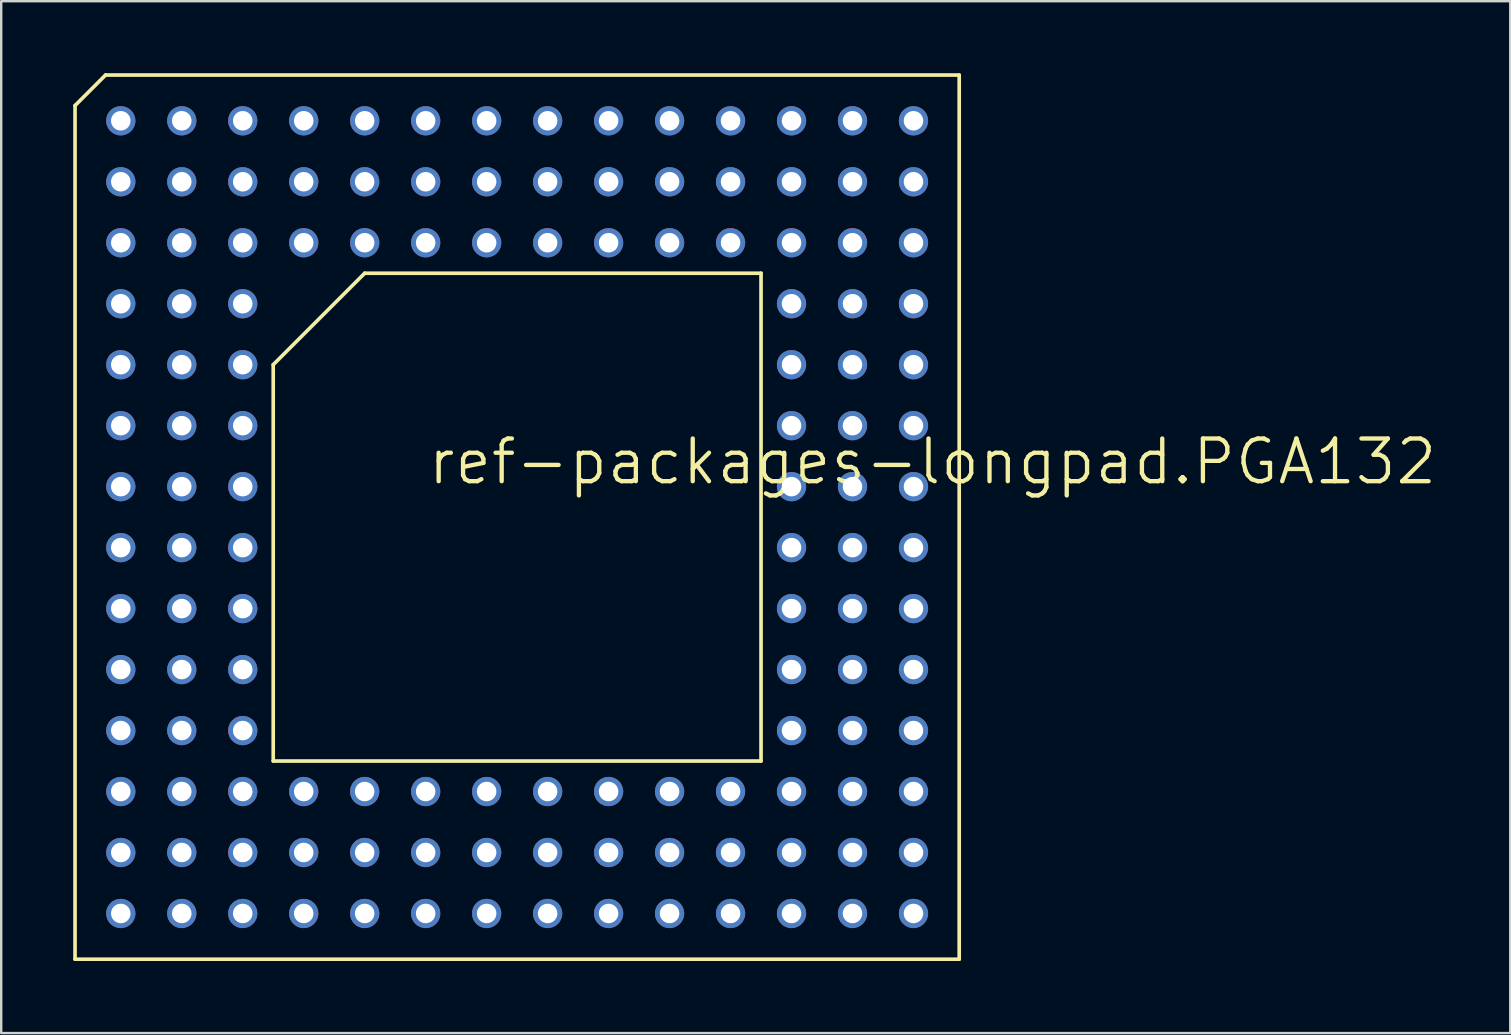
<source format=kicad_pcb>
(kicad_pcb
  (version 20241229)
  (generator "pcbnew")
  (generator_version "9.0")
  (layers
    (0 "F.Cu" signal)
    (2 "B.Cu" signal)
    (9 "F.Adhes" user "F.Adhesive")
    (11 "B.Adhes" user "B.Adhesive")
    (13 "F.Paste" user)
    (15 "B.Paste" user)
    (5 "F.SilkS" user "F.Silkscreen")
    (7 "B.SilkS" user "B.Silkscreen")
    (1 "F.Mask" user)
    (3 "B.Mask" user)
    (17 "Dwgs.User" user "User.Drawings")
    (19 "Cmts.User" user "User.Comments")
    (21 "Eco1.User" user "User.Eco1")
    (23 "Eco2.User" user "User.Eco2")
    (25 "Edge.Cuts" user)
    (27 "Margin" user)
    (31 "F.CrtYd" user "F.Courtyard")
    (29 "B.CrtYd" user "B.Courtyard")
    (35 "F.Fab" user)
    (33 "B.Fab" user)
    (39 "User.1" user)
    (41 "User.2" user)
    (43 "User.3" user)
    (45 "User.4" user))
  (footprint "ref-packages-longpad.PGA132"
    (layer "F.Cu")
    (at 18.491 18.491)
    (property "Reference" "ref-packages-longpad.PGA132" (at -3.81 -1.27 0) (layer "F.SilkS") (effects (font (size 1.778 1.778) (thickness 0.18)) (justify left bottom)))
    (attr through_hole)
    (fp_line (start -18.415 -17.145) (end -17.145 -18.415) (stroke (width 0.152) (type default)) (layer "F.SilkS"))
    (fp_line (start -18.415 18.415) (end -18.415 -17.145) (stroke (width 0.152) (type default)) (layer "F.SilkS"))
    (fp_line (start -17.145 -18.415) (end 18.415 -18.415) (stroke (width 0.152) (type default)) (layer "F.SilkS"))
    (fp_line (start -10.16 -6.35) (end -10.16 10.16) (stroke (width 0.152) (type default)) (layer "F.SilkS"))
    (fp_line (start -6.35 -10.16) (end -10.16 -6.35) (stroke (width 0.152) (type default)) (layer "F.SilkS"))
    (fp_line (start 10.16 -10.16) (end -6.35 -10.16) (stroke (width 0.152) (type default)) (layer "F.SilkS"))
    (fp_line (start 10.16 10.16) (end -10.16 10.16) (stroke (width 0.152) (type default)) (layer "F.SilkS"))
    (fp_line (start 10.16 10.16) (end 10.16 -10.16) (stroke (width 0.152) (type default)) (layer "F.SilkS"))
    (fp_line (start 18.415 -18.415) (end 18.415 18.415) (stroke (width 0.152) (type default)) (layer "F.SilkS"))
    (fp_line (start 18.415 18.415) (end -18.415 18.415) (stroke (width 0.152) (type default)) (layer "F.SilkS"))
    (pad "A01" thru_hole circle (at -16.51 -16.51 90) (size 1.219 1.219) (drill 0.813) (layers "*.Cu" "*.Mask"))
    (pad "A02" thru_hole circle (at -13.97 -16.51 90) (size 1.219 1.219) (drill 0.813) (layers "*.Cu" "*.Mask"))
    (pad "A03" thru_hole circle (at -11.43 -16.51 90) (size 1.219 1.219) (drill 0.813) (layers "*.Cu" "*.Mask"))
    (pad "A04" thru_hole circle (at -8.89 -16.51 90) (size 1.219 1.219) (drill 0.813) (layers "*.Cu" "*.Mask"))
    (pad "A05" thru_hole circle (at -6.35 -16.51 90) (size 1.219 1.219) (drill 0.813) (layers "*.Cu" "*.Mask"))
    (pad "A06" thru_hole circle (at -3.81 -16.51 90) (size 1.219 1.219) (drill 0.813) (layers "*.Cu" "*.Mask"))
    (pad "A07" thru_hole circle (at -1.27 -16.51 90) (size 1.219 1.219) (drill 0.813) (layers "*.Cu" "*.Mask"))
    (pad "A08" thru_hole circle (at 1.27 -16.51 90) (size 1.219 1.219) (drill 0.813) (layers "*.Cu" "*.Mask"))
    (pad "A09" thru_hole circle (at 3.81 -16.51 90) (size 1.219 1.219) (drill 0.813) (layers "*.Cu" "*.Mask"))
    (pad "A10" thru_hole circle (at 6.35 -16.51 90) (size 1.219 1.219) (drill 0.813) (layers "*.Cu" "*.Mask"))
    (pad "A11" thru_hole circle (at 8.89 -16.51 90) (size 1.219 1.219) (drill 0.813) (layers "*.Cu" "*.Mask"))
    (pad "A12" thru_hole circle (at 11.43 -16.51 90) (size 1.219 1.219) (drill 0.813) (layers "*.Cu" "*.Mask"))
    (pad "A13" thru_hole circle (at 13.97 -16.51 90) (size 1.219 1.219) (drill 0.813) (layers "*.Cu" "*.Mask"))
    (pad "A14" thru_hole circle (at 16.51 -16.51 90) (size 1.219 1.219) (drill 0.813) (layers "*.Cu" "*.Mask"))
    (pad "B01" thru_hole circle (at -16.51 -13.97 90) (size 1.219 1.219) (drill 0.813) (layers "*.Cu" "*.Mask"))
    (pad "B02" thru_hole circle (at -13.97 -13.97 90) (size 1.219 1.219) (drill 0.813) (layers "*.Cu" "*.Mask"))
    (pad "B03" thru_hole circle (at -11.43 -13.97 90) (size 1.219 1.219) (drill 0.813) (layers "*.Cu" "*.Mask"))
    (pad "B04" thru_hole circle (at -8.89 -13.97 90) (size 1.219 1.219) (drill 0.813) (layers "*.Cu" "*.Mask"))
    (pad "B05" thru_hole circle (at -6.35 -13.97 90) (size 1.219 1.219) (drill 0.813) (layers "*.Cu" "*.Mask"))
    (pad "B06" thru_hole circle (at -3.81 -13.97 90) (size 1.219 1.219) (drill 0.813) (layers "*.Cu" "*.Mask"))
    (pad "B07" thru_hole circle (at -1.27 -13.97 90) (size 1.219 1.219) (drill 0.813) (layers "*.Cu" "*.Mask"))
    (pad "B08" thru_hole circle (at 1.27 -13.97 90) (size 1.219 1.219) (drill 0.813) (layers "*.Cu" "*.Mask"))
    (pad "B09" thru_hole circle (at 3.81 -13.97 90) (size 1.219 1.219) (drill 0.813) (layers "*.Cu" "*.Mask"))
    (pad "B10" thru_hole circle (at 6.35 -13.97 90) (size 1.219 1.219) (drill 0.813) (layers "*.Cu" "*.Mask"))
    (pad "B11" thru_hole circle (at 8.89 -13.97 90) (size 1.219 1.219) (drill 0.813) (layers "*.Cu" "*.Mask"))
    (pad "B12" thru_hole circle (at 11.43 -13.97 90) (size 1.219 1.219) (drill 0.813) (layers "*.Cu" "*.Mask"))
    (pad "B13" thru_hole circle (at 13.97 -13.97 90) (size 1.219 1.219) (drill 0.813) (layers "*.Cu" "*.Mask"))
    (pad "B14" thru_hole circle (at 16.51 -13.97 90) (size 1.219 1.219) (drill 0.813) (layers "*.Cu" "*.Mask"))
    (pad "C01" thru_hole circle (at -16.51 -11.43 90) (size 1.219 1.219) (drill 0.813) (layers "*.Cu" "*.Mask"))
    (pad "C02" thru_hole circle (at -13.97 -11.43 90) (size 1.219 1.219) (drill 0.813) (layers "*.Cu" "*.Mask"))
    (pad "C03" thru_hole circle (at -11.43 -11.43 90) (size 1.219 1.219) (drill 0.813) (layers "*.Cu" "*.Mask"))
    (pad "C04" thru_hole circle (at -8.89 -11.43 90) (size 1.219 1.219) (drill 0.813) (layers "*.Cu" "*.Mask"))
    (pad "C05" thru_hole circle (at -6.35 -11.43 90) (size 1.219 1.219) (drill 0.813) (layers "*.Cu" "*.Mask"))
    (pad "C06" thru_hole circle (at -3.81 -11.43 90) (size 1.219 1.219) (drill 0.813) (layers "*.Cu" "*.Mask"))
    (pad "C07" thru_hole circle (at -1.27 -11.43 90) (size 1.219 1.219) (drill 0.813) (layers "*.Cu" "*.Mask"))
    (pad "C08" thru_hole circle (at 1.27 -11.43 90) (size 1.219 1.219) (drill 0.813) (layers "*.Cu" "*.Mask"))
    (pad "C09" thru_hole circle (at 3.81 -11.43 90) (size 1.219 1.219) (drill 0.813) (layers "*.Cu" "*.Mask"))
    (pad "C10" thru_hole circle (at 6.35 -11.43 90) (size 1.219 1.219) (drill 0.813) (layers "*.Cu" "*.Mask"))
    (pad "C11" thru_hole circle (at 8.89 -11.43 90) (size 1.219 1.219) (drill 0.813) (layers "*.Cu" "*.Mask"))
    (pad "C12" thru_hole circle (at 11.43 -11.43 90) (size 1.219 1.219) (drill 0.813) (layers "*.Cu" "*.Mask"))
    (pad "C13" thru_hole circle (at 13.97 -11.43 90) (size 1.219 1.219) (drill 0.813) (layers "*.Cu" "*.Mask"))
    (pad "C14" thru_hole circle (at 16.51 -11.43 90) (size 1.219 1.219) (drill 0.813) (layers "*.Cu" "*.Mask"))
    (pad "D01" thru_hole circle (at -16.51 -8.89 90) (size 1.219 1.219) (drill 0.813) (layers "*.Cu" "*.Mask"))
    (pad "D02" thru_hole circle (at -13.97 -8.89 90) (size 1.219 1.219) (drill 0.813) (layers "*.Cu" "*.Mask"))
    (pad "D03" thru_hole circle (at -11.43 -8.89 90) (size 1.219 1.219) (drill 0.813) (layers "*.Cu" "*.Mask"))
    (pad "D12" thru_hole circle (at 11.43 -8.89 90) (size 1.219 1.219) (drill 0.813) (layers "*.Cu" "*.Mask"))
    (pad "D13" thru_hole circle (at 13.97 -8.89 90) (size 1.219 1.219) (drill 0.813) (layers "*.Cu" "*.Mask"))
    (pad "D14" thru_hole circle (at 16.51 -8.89 90) (size 1.219 1.219) (drill 0.813) (layers "*.Cu" "*.Mask"))
    (pad "E01" thru_hole circle (at -16.51 -6.35 90) (size 1.219 1.219) (drill 0.813) (layers "*.Cu" "*.Mask"))
    (pad "E02" thru_hole circle (at -13.97 -6.35 90) (size 1.219 1.219) (drill 0.813) (layers "*.Cu" "*.Mask"))
    (pad "E03" thru_hole circle (at -11.43 -6.35 90) (size 1.219 1.219) (drill 0.813) (layers "*.Cu" "*.Mask"))
    (pad "E12" thru_hole circle (at 11.43 -6.35 90) (size 1.219 1.219) (drill 0.813) (layers "*.Cu" "*.Mask"))
    (pad "E13" thru_hole circle (at 13.97 -6.35 90) (size 1.219 1.219) (drill 0.813) (layers "*.Cu" "*.Mask"))
    (pad "E14" thru_hole circle (at 16.51 -6.35 90) (size 1.219 1.219) (drill 0.813) (layers "*.Cu" "*.Mask"))
    (pad "F01" thru_hole circle (at -16.51 -3.81 90) (size 1.219 1.219) (drill 0.813) (layers "*.Cu" "*.Mask"))
    (pad "F02" thru_hole circle (at -13.97 -3.81 90) (size 1.219 1.219) (drill 0.813) (layers "*.Cu" "*.Mask"))
    (pad "F03" thru_hole circle (at -11.43 -3.81 90) (size 1.219 1.219) (drill 0.813) (layers "*.Cu" "*.Mask"))
    (pad "F12" thru_hole circle (at 11.43 -3.81 90) (size 1.219 1.219) (drill 0.813) (layers "*.Cu" "*.Mask"))
    (pad "F13" thru_hole circle (at 13.97 -3.81 90) (size 1.219 1.219) (drill 0.813) (layers "*.Cu" "*.Mask"))
    (pad "F14" thru_hole circle (at 16.51 -3.81 90) (size 1.219 1.219) (drill 0.813) (layers "*.Cu" "*.Mask"))
    (pad "G01" thru_hole circle (at -16.51 -1.27 90) (size 1.219 1.219) (drill 0.813) (layers "*.Cu" "*.Mask"))
    (pad "G02" thru_hole circle (at -13.97 -1.27 90) (size 1.219 1.219) (drill 0.813) (layers "*.Cu" "*.Mask"))
    (pad "G03" thru_hole circle (at -11.43 -1.27 90) (size 1.219 1.219) (drill 0.813) (layers "*.Cu" "*.Mask"))
    (pad "G12" thru_hole circle (at 11.43 -1.27 90) (size 1.219 1.219) (drill 0.813) (layers "*.Cu" "*.Mask"))
    (pad "G13" thru_hole circle (at 13.97 -1.27 90) (size 1.219 1.219) (drill 0.813) (layers "*.Cu" "*.Mask"))
    (pad "G14" thru_hole circle (at 16.51 -1.27 90) (size 1.219 1.219) (drill 0.813) (layers "*.Cu" "*.Mask"))
    (pad "H01" thru_hole circle (at -16.51 1.27 90) (size 1.219 1.219) (drill 0.813) (layers "*.Cu" "*.Mask"))
    (pad "H02" thru_hole circle (at -13.97 1.27 90) (size 1.219 1.219) (drill 0.813) (layers "*.Cu" "*.Mask"))
    (pad "H03" thru_hole circle (at -11.43 1.27 90) (size 1.219 1.219) (drill 0.813) (layers "*.Cu" "*.Mask"))
    (pad "H12" thru_hole circle (at 11.43 1.27 90) (size 1.219 1.219) (drill 0.813) (layers "*.Cu" "*.Mask"))
    (pad "H13" thru_hole circle (at 13.97 1.27 90) (size 1.219 1.219) (drill 0.813) (layers "*.Cu" "*.Mask"))
    (pad "H14" thru_hole circle (at 16.51 1.27 90) (size 1.219 1.219) (drill 0.813) (layers "*.Cu" "*.Mask"))
    (pad "J01" thru_hole circle (at -16.51 3.81 90) (size 1.219 1.219) (drill 0.813) (layers "*.Cu" "*.Mask"))
    (pad "J02" thru_hole circle (at -13.97 3.81 90) (size 1.219 1.219) (drill 0.813) (layers "*.Cu" "*.Mask"))
    (pad "J03" thru_hole circle (at -11.43 3.81 90) (size 1.219 1.219) (drill 0.813) (layers "*.Cu" "*.Mask"))
    (pad "J12" thru_hole circle (at 11.43 3.81 90) (size 1.219 1.219) (drill 0.813) (layers "*.Cu" "*.Mask"))
    (pad "J13" thru_hole circle (at 13.97 3.81 90) (size 1.219 1.219) (drill 0.813) (layers "*.Cu" "*.Mask"))
    (pad "J14" thru_hole circle (at 16.51 3.81 90) (size 1.219 1.219) (drill 0.813) (layers "*.Cu" "*.Mask"))
    (pad "K01" thru_hole circle (at -16.51 6.35 90) (size 1.219 1.219) (drill 0.813) (layers "*.Cu" "*.Mask"))
    (pad "K02" thru_hole circle (at -13.97 6.35 90) (size 1.219 1.219) (drill 0.813) (layers "*.Cu" "*.Mask"))
    (pad "K03" thru_hole circle (at -11.43 6.35 90) (size 1.219 1.219) (drill 0.813) (layers "*.Cu" "*.Mask"))
    (pad "K12" thru_hole circle (at 11.43 6.35 90) (size 1.219 1.219) (drill 0.813) (layers "*.Cu" "*.Mask"))
    (pad "K13" thru_hole circle (at 13.97 6.35 90) (size 1.219 1.219) (drill 0.813) (layers "*.Cu" "*.Mask"))
    (pad "K14" thru_hole circle (at 16.51 6.35 90) (size 1.219 1.219) (drill 0.813) (layers "*.Cu" "*.Mask"))
    (pad "L01" thru_hole circle (at -16.51 8.89 90) (size 1.219 1.219) (drill 0.813) (layers "*.Cu" "*.Mask"))
    (pad "L02" thru_hole circle (at -13.97 8.89 90) (size 1.219 1.219) (drill 0.813) (layers "*.Cu" "*.Mask"))
    (pad "L03" thru_hole circle (at -11.43 8.89 90) (size 1.219 1.219) (drill 0.813) (layers "*.Cu" "*.Mask"))
    (pad "L12" thru_hole circle (at 11.43 8.89 90) (size 1.219 1.219) (drill 0.813) (layers "*.Cu" "*.Mask"))
    (pad "L13" thru_hole circle (at 13.97 8.89 90) (size 1.219 1.219) (drill 0.813) (layers "*.Cu" "*.Mask"))
    (pad "L14" thru_hole circle (at 16.51 8.89 90) (size 1.219 1.219) (drill 0.813) (layers "*.Cu" "*.Mask"))
    (pad "M01" thru_hole circle (at -16.51 11.43 90) (size 1.219 1.219) (drill 0.813) (layers "*.Cu" "*.Mask"))
    (pad "M02" thru_hole circle (at -13.97 11.43 90) (size 1.219 1.219) (drill 0.813) (layers "*.Cu" "*.Mask"))
    (pad "M03" thru_hole circle (at -11.43 11.43 90) (size 1.219 1.219) (drill 0.813) (layers "*.Cu" "*.Mask"))
    (pad "M04" thru_hole circle (at -8.89 11.43 90) (size 1.219 1.219) (drill 0.813) (layers "*.Cu" "*.Mask"))
    (pad "M05" thru_hole circle (at -6.35 11.43 90) (size 1.219 1.219) (drill 0.813) (layers "*.Cu" "*.Mask"))
    (pad "M06" thru_hole circle (at -3.81 11.43 90) (size 1.219 1.219) (drill 0.813) (layers "*.Cu" "*.Mask"))
    (pad "M07" thru_hole circle (at -1.27 11.43 90) (size 1.219 1.219) (drill 0.813) (layers "*.Cu" "*.Mask"))
    (pad "M08" thru_hole circle (at 1.27 11.43 90) (size 1.219 1.219) (drill 0.813) (layers "*.Cu" "*.Mask"))
    (pad "M09" thru_hole circle (at 3.81 11.43 90) (size 1.219 1.219) (drill 0.813) (layers "*.Cu" "*.Mask"))
    (pad "M10" thru_hole circle (at 6.35 11.43 90) (size 1.219 1.219) (drill 0.813) (layers "*.Cu" "*.Mask"))
    (pad "M11" thru_hole circle (at 8.89 11.43 90) (size 1.219 1.219) (drill 0.813) (layers "*.Cu" "*.Mask"))
    (pad "M12" thru_hole circle (at 11.43 11.43 90) (size 1.219 1.219) (drill 0.813) (layers "*.Cu" "*.Mask"))
    (pad "M13" thru_hole circle (at 13.97 11.43 90) (size 1.219 1.219) (drill 0.813) (layers "*.Cu" "*.Mask"))
    (pad "M14" thru_hole circle (at 16.51 11.43 90) (size 1.219 1.219) (drill 0.813) (layers "*.Cu" "*.Mask"))
    (pad "N01" thru_hole circle (at -16.51 13.97 90) (size 1.219 1.219) (drill 0.813) (layers "*.Cu" "*.Mask"))
    (pad "N02" thru_hole circle (at -13.97 13.97 90) (size 1.219 1.219) (drill 0.813) (layers "*.Cu" "*.Mask"))
    (pad "N03" thru_hole circle (at -11.43 13.97 90) (size 1.219 1.219) (drill 0.813) (layers "*.Cu" "*.Mask"))
    (pad "N04" thru_hole circle (at -8.89 13.97 90) (size 1.219 1.219) (drill 0.813) (layers "*.Cu" "*.Mask"))
    (pad "N05" thru_hole circle (at -6.35 13.97 90) (size 1.219 1.219) (drill 0.813) (layers "*.Cu" "*.Mask"))
    (pad "N06" thru_hole circle (at -3.81 13.97 90) (size 1.219 1.219) (drill 0.813) (layers "*.Cu" "*.Mask"))
    (pad "N07" thru_hole circle (at -1.27 13.97 90) (size 1.219 1.219) (drill 0.813) (layers "*.Cu" "*.Mask"))
    (pad "N08" thru_hole circle (at 1.27 13.97 90) (size 1.219 1.219) (drill 0.813) (layers "*.Cu" "*.Mask"))
    (pad "N09" thru_hole circle (at 3.81 13.97 90) (size 1.219 1.219) (drill 0.813) (layers "*.Cu" "*.Mask"))
    (pad "N10" thru_hole circle (at 6.35 13.97 90) (size 1.219 1.219) (drill 0.813) (layers "*.Cu" "*.Mask"))
    (pad "N11" thru_hole circle (at 8.89 13.97 90) (size 1.219 1.219) (drill 0.813) (layers "*.Cu" "*.Mask"))
    (pad "N12" thru_hole circle (at 11.43 13.97 90) (size 1.219 1.219) (drill 0.813) (layers "*.Cu" "*.Mask"))
    (pad "N13" thru_hole circle (at 13.97 13.97 90) (size 1.219 1.219) (drill 0.813) (layers "*.Cu" "*.Mask"))
    (pad "N14" thru_hole circle (at 16.51 13.97 90) (size 1.219 1.219) (drill 0.813) (layers "*.Cu" "*.Mask"))
    (pad "P01" thru_hole circle (at -16.51 16.51 90) (size 1.219 1.219) (drill 0.813) (layers "*.Cu" "*.Mask"))
    (pad "P02" thru_hole circle (at -13.97 16.51 90) (size 1.219 1.219) (drill 0.813) (layers "*.Cu" "*.Mask"))
    (pad "P03" thru_hole circle (at -11.43 16.51 90) (size 1.219 1.219) (drill 0.813) (layers "*.Cu" "*.Mask"))
    (pad "P04" thru_hole circle (at -8.89 16.51 90) (size 1.219 1.219) (drill 0.813) (layers "*.Cu" "*.Mask"))
    (pad "P05" thru_hole circle (at -6.35 16.51 90) (size 1.219 1.219) (drill 0.813) (layers "*.Cu" "*.Mask"))
    (pad "P06" thru_hole circle (at -3.81 16.51 90) (size 1.219 1.219) (drill 0.813) (layers "*.Cu" "*.Mask"))
    (pad "P07" thru_hole circle (at -1.27 16.51 90) (size 1.219 1.219) (drill 0.813) (layers "*.Cu" "*.Mask"))
    (pad "P08" thru_hole circle (at 1.27 16.51 90) (size 1.219 1.219) (drill 0.813) (layers "*.Cu" "*.Mask"))
    (pad "P09" thru_hole circle (at 3.81 16.51 90) (size 1.219 1.219) (drill 0.813) (layers "*.Cu" "*.Mask"))
    (pad "P10" thru_hole circle (at 6.35 16.51 90) (size 1.219 1.219) (drill 0.813) (layers "*.Cu" "*.Mask"))
    (pad "P11" thru_hole circle (at 8.89 16.51 90) (size 1.219 1.219) (drill 0.813) (layers "*.Cu" "*.Mask"))
    (pad "P12" thru_hole circle (at 11.43 16.51 90) (size 1.219 1.219) (drill 0.813) (layers "*.Cu" "*.Mask"))
    (pad "P13" thru_hole circle (at 13.97 16.51 90) (size 1.219 1.219) (drill 0.813) (layers "*.Cu" "*.Mask"))
    (pad "P14" thru_hole circle (at 16.51 16.51 90) (size 1.219 1.219) (drill 0.813) (layers "*.Cu" "*.Mask")))
  (gr_rect
    (start -3 -3)
    (end 59.86 39.982)
    (stroke (width 0.1) (type default))
    (fill no)
    (layer "Edge.Cuts")))
</source>
